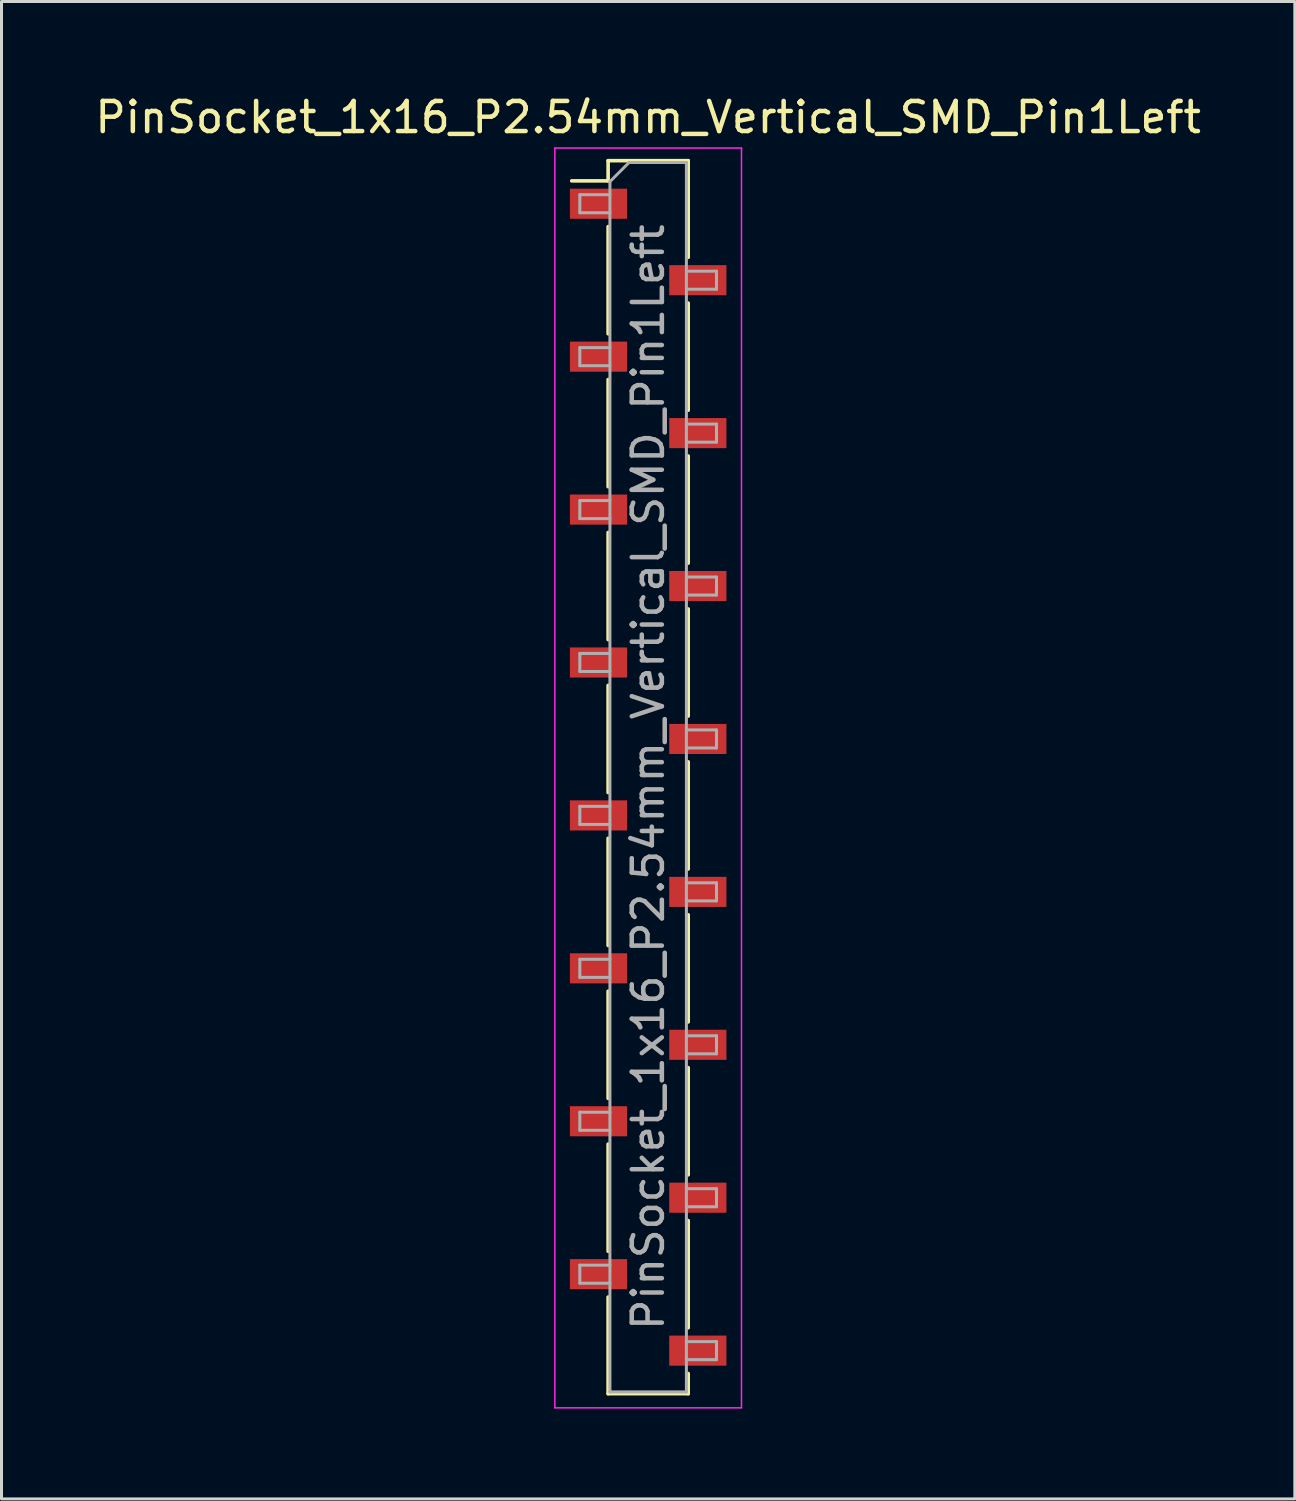
<source format=kicad_pcb>
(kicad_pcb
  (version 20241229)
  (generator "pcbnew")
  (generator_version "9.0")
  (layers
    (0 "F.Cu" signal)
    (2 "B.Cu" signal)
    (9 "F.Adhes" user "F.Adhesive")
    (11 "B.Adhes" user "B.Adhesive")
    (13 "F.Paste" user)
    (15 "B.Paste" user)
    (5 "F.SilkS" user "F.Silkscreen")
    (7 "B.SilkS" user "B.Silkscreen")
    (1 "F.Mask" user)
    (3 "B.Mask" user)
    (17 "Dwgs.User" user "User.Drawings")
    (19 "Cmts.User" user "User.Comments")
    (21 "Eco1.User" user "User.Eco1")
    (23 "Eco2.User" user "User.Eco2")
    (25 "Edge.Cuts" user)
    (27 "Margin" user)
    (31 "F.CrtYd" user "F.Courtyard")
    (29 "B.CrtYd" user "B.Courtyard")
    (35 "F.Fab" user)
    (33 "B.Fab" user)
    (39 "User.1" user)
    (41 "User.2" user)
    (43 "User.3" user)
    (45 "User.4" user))
  (footprint "PinSocket_1x16_P2.54mm_Vertical_SMD_Pin1Left"
    (layer "F.Cu")
    (at 18.482 22.768)
    (property "Reference" "PinSocket_1x16_P2.54mm_Vertical_SMD_Pin1Left" (at 0 -21.92 0) (layer "F.SilkS") (effects (font (size 1 1) (thickness 0.15))))
    (attr smd)
    (fp_line (start -2.54 -19.81) (end -1.33 -19.81) (stroke (width 0.12) (type solid)) (layer "F.SilkS"))
    (fp_line (start -1.33 -20.48) (end -1.33 -19.81) (stroke (width 0.12) (type solid)) (layer "F.SilkS"))
    (fp_line (start -1.33 -20.48) (end 1.33 -20.48) (stroke (width 0.12) (type solid)) (layer "F.SilkS"))
    (fp_line (start -1.33 -18.29) (end -1.33 -14.73) (stroke (width 0.12) (type solid)) (layer "F.SilkS"))
    (fp_line (start -1.33 -13.21) (end -1.33 -9.65) (stroke (width 0.12) (type solid)) (layer "F.SilkS"))
    (fp_line (start -1.33 -8.13) (end -1.33 -4.57) (stroke (width 0.12) (type solid)) (layer "F.SilkS"))
    (fp_line (start -1.33 -3.05) (end -1.33 0.51) (stroke (width 0.12) (type solid)) (layer "F.SilkS"))
    (fp_line (start -1.33 2.03) (end -1.33 5.59) (stroke (width 0.12) (type solid)) (layer "F.SilkS"))
    (fp_line (start -1.33 7.11) (end -1.33 10.67) (stroke (width 0.12) (type solid)) (layer "F.SilkS"))
    (fp_line (start -1.33 12.19) (end -1.33 15.75) (stroke (width 0.12) (type solid)) (layer "F.SilkS"))
    (fp_line (start -1.33 17.27) (end -1.33 20.48) (stroke (width 0.12) (type solid)) (layer "F.SilkS"))
    (fp_line (start -1.33 20.48) (end 1.33 20.48) (stroke (width 0.12) (type solid)) (layer "F.SilkS"))
    (fp_line (start 1.33 -20.48) (end 1.33 -17.27) (stroke (width 0.12) (type solid)) (layer "F.SilkS"))
    (fp_line (start 1.33 -15.75) (end 1.33 -12.19) (stroke (width 0.12) (type solid)) (layer "F.SilkS"))
    (fp_line (start 1.33 -10.67) (end 1.33 -7.11) (stroke (width 0.12) (type solid)) (layer "F.SilkS"))
    (fp_line (start 1.33 -5.59) (end 1.33 -2.03) (stroke (width 0.12) (type solid)) (layer "F.SilkS"))
    (fp_line (start 1.33 -0.51) (end 1.33 3.05) (stroke (width 0.12) (type solid)) (layer "F.SilkS"))
    (fp_line (start 1.33 4.57) (end 1.33 8.13) (stroke (width 0.12) (type solid)) (layer "F.SilkS"))
    (fp_line (start 1.33 9.65) (end 1.33 13.21) (stroke (width 0.12) (type solid)) (layer "F.SilkS"))
    (fp_line (start 1.33 14.73) (end 1.33 18.29) (stroke (width 0.12) (type solid)) (layer "F.SilkS"))
    (fp_line (start 1.33 19.81) (end 1.33 20.48) (stroke (width 0.12) (type solid)) (layer "F.SilkS"))
    (fp_line (start -3.1 -20.9) (end 3.1 -20.9) (stroke (width 0.05) (type solid)) (layer "F.CrtYd"))
    (fp_line (start -3.1 20.95) (end -3.1 -20.9) (stroke (width 0.05) (type solid)) (layer "F.CrtYd"))
    (fp_line (start 3.1 -20.9) (end 3.1 20.95) (stroke (width 0.05) (type solid)) (layer "F.CrtYd"))
    (fp_line (start 3.1 20.95) (end -3.1 20.95) (stroke (width 0.05) (type solid)) (layer "F.CrtYd"))
    (fp_line (start -2.27 -19.35) (end -1.27 -19.35) (stroke (width 0.1) (type solid)) (layer "F.Fab"))
    (fp_line (start -2.27 -18.75) (end -2.27 -19.35) (stroke (width 0.1) (type solid)) (layer "F.Fab"))
    (fp_line (start -2.27 -14.27) (end -1.27 -14.27) (stroke (width 0.1) (type solid)) (layer "F.Fab"))
    (fp_line (start -2.27 -13.67) (end -2.27 -14.27) (stroke (width 0.1) (type solid)) (layer "F.Fab"))
    (fp_line (start -2.27 -9.19) (end -1.27 -9.19) (stroke (width 0.1) (type solid)) (layer "F.Fab"))
    (fp_line (start -2.27 -8.59) (end -2.27 -9.19) (stroke (width 0.1) (type solid)) (layer "F.Fab"))
    (fp_line (start -2.27 -4.11) (end -1.27 -4.11) (stroke (width 0.1) (type solid)) (layer "F.Fab"))
    (fp_line (start -2.27 -3.51) (end -2.27 -4.11) (stroke (width 0.1) (type solid)) (layer "F.Fab"))
    (fp_line (start -2.27 0.97) (end -1.27 0.97) (stroke (width 0.1) (type solid)) (layer "F.Fab"))
    (fp_line (start -2.27 1.57) (end -2.27 0.97) (stroke (width 0.1) (type solid)) (layer "F.Fab"))
    (fp_line (start -2.27 6.05) (end -1.27 6.05) (stroke (width 0.1) (type solid)) (layer "F.Fab"))
    (fp_line (start -2.27 6.65) (end -2.27 6.05) (stroke (width 0.1) (type solid)) (layer "F.Fab"))
    (fp_line (start -2.27 11.13) (end -1.27 11.13) (stroke (width 0.1) (type solid)) (layer "F.Fab"))
    (fp_line (start -2.27 11.73) (end -2.27 11.13) (stroke (width 0.1) (type solid)) (layer "F.Fab"))
    (fp_line (start -2.27 16.21) (end -1.27 16.21) (stroke (width 0.1) (type solid)) (layer "F.Fab"))
    (fp_line (start -2.27 16.81) (end -2.27 16.21) (stroke (width 0.1) (type solid)) (layer "F.Fab"))
    (fp_line (start -1.27 -19.785) (end -0.635 -20.42) (stroke (width 0.1) (type solid)) (layer "F.Fab"))
    (fp_line (start -1.27 -18.75) (end -2.27 -18.75) (stroke (width 0.1) (type solid)) (layer "F.Fab"))
    (fp_line (start -1.27 -13.67) (end -2.27 -13.67) (stroke (width 0.1) (type solid)) (layer "F.Fab"))
    (fp_line (start -1.27 -8.59) (end -2.27 -8.59) (stroke (width 0.1) (type solid)) (layer "F.Fab"))
    (fp_line (start -1.27 -3.51) (end -2.27 -3.51) (stroke (width 0.1) (type solid)) (layer "F.Fab"))
    (fp_line (start -1.27 1.57) (end -2.27 1.57) (stroke (width 0.1) (type solid)) (layer "F.Fab"))
    (fp_line (start -1.27 6.65) (end -2.27 6.65) (stroke (width 0.1) (type solid)) (layer "F.Fab"))
    (fp_line (start -1.27 11.73) (end -2.27 11.73) (stroke (width 0.1) (type solid)) (layer "F.Fab"))
    (fp_line (start -1.27 16.81) (end -2.27 16.81) (stroke (width 0.1) (type solid)) (layer "F.Fab"))
    (fp_line (start -1.27 20.42) (end -1.27 -19.785) (stroke (width 0.1) (type solid)) (layer "F.Fab"))
    (fp_line (start -0.635 -20.42) (end 1.27 -20.42) (stroke (width 0.1) (type solid)) (layer "F.Fab"))
    (fp_line (start 1.27 -20.42) (end 1.27 20.42) (stroke (width 0.1) (type solid)) (layer "F.Fab"))
    (fp_line (start 1.27 -16.81) (end 2.27 -16.81) (stroke (width 0.1) (type solid)) (layer "F.Fab"))
    (fp_line (start 1.27 -11.73) (end 2.27 -11.73) (stroke (width 0.1) (type solid)) (layer "F.Fab"))
    (fp_line (start 1.27 -6.65) (end 2.27 -6.65) (stroke (width 0.1) (type solid)) (layer "F.Fab"))
    (fp_line (start 1.27 -1.57) (end 2.27 -1.57) (stroke (width 0.1) (type solid)) (layer "F.Fab"))
    (fp_line (start 1.27 3.51) (end 2.27 3.51) (stroke (width 0.1) (type solid)) (layer "F.Fab"))
    (fp_line (start 1.27 8.59) (end 2.27 8.59) (stroke (width 0.1) (type solid)) (layer "F.Fab"))
    (fp_line (start 1.27 13.67) (end 2.27 13.67) (stroke (width 0.1) (type solid)) (layer "F.Fab"))
    (fp_line (start 1.27 18.75) (end 2.27 18.75) (stroke (width 0.1) (type solid)) (layer "F.Fab"))
    (fp_line (start 1.27 20.42) (end -1.27 20.42) (stroke (width 0.1) (type solid)) (layer "F.Fab"))
    (fp_line (start 2.27 -16.81) (end 2.27 -16.21) (stroke (width 0.1) (type solid)) (layer "F.Fab"))
    (fp_line (start 2.27 -16.21) (end 1.27 -16.21) (stroke (width 0.1) (type solid)) (layer "F.Fab"))
    (fp_line (start 2.27 -11.73) (end 2.27 -11.13) (stroke (width 0.1) (type solid)) (layer "F.Fab"))
    (fp_line (start 2.27 -11.13) (end 1.27 -11.13) (stroke (width 0.1) (type solid)) (layer "F.Fab"))
    (fp_line (start 2.27 -6.65) (end 2.27 -6.05) (stroke (width 0.1) (type solid)) (layer "F.Fab"))
    (fp_line (start 2.27 -6.05) (end 1.27 -6.05) (stroke (width 0.1) (type solid)) (layer "F.Fab"))
    (fp_line (start 2.27 -1.57) (end 2.27 -0.97) (stroke (width 0.1) (type solid)) (layer "F.Fab"))
    (fp_line (start 2.27 -0.97) (end 1.27 -0.97) (stroke (width 0.1) (type solid)) (layer "F.Fab"))
    (fp_line (start 2.27 3.51) (end 2.27 4.11) (stroke (width 0.1) (type solid)) (layer "F.Fab"))
    (fp_line (start 2.27 4.11) (end 1.27 4.11) (stroke (width 0.1) (type solid)) (layer "F.Fab"))
    (fp_line (start 2.27 8.59) (end 2.27 9.19) (stroke (width 0.1) (type solid)) (layer "F.Fab"))
    (fp_line (start 2.27 9.19) (end 1.27 9.19) (stroke (width 0.1) (type solid)) (layer "F.Fab"))
    (fp_line (start 2.27 13.67) (end 2.27 14.27) (stroke (width 0.1) (type solid)) (layer "F.Fab"))
    (fp_line (start 2.27 14.27) (end 1.27 14.27) (stroke (width 0.1) (type solid)) (layer "F.Fab"))
    (fp_line (start 2.27 18.75) (end 2.27 19.35) (stroke (width 0.1) (type solid)) (layer "F.Fab"))
    (fp_line (start 2.27 19.35) (end 1.27 19.35) (stroke (width 0.1) (type solid)) (layer "F.Fab"))
    (fp_text user "${REFERENCE}" (at 0 0 90) (layer "F.Fab") (effects (font (size 1 1) (thickness 0.15))))
    (pad "1" smd rect (at -1.65 -19.05) (size 1.9 1) (layers "F.Cu" "F.Mask" "F.Paste"))
    (pad "2" smd rect (at 1.65 -16.51) (size 1.9 1) (layers "F.Cu" "F.Mask" "F.Paste"))
    (pad "3" smd rect (at -1.65 -13.97) (size 1.9 1) (layers "F.Cu" "F.Mask" "F.Paste"))
    (pad "4" smd rect (at 1.65 -11.43) (size 1.9 1) (layers "F.Cu" "F.Mask" "F.Paste"))
    (pad "5" smd rect (at -1.65 -8.89) (size 1.9 1) (layers "F.Cu" "F.Mask" "F.Paste"))
    (pad "6" smd rect (at 1.65 -6.35) (size 1.9 1) (layers "F.Cu" "F.Mask" "F.Paste"))
    (pad "7" smd rect (at -1.65 -3.81) (size 1.9 1) (layers "F.Cu" "F.Mask" "F.Paste"))
    (pad "8" smd rect (at 1.65 -1.27) (size 1.9 1) (layers "F.Cu" "F.Mask" "F.Paste"))
    (pad "9" smd rect (at -1.65 1.27) (size 1.9 1) (layers "F.Cu" "F.Mask" "F.Paste"))
    (pad "10" smd rect (at 1.65 3.81) (size 1.9 1) (layers "F.Cu" "F.Mask" "F.Paste"))
    (pad "11" smd rect (at -1.65 6.35) (size 1.9 1) (layers "F.Cu" "F.Mask" "F.Paste"))
    (pad "12" smd rect (at 1.65 8.89) (size 1.9 1) (layers "F.Cu" "F.Mask" "F.Paste"))
    (pad "13" smd rect (at -1.65 11.43) (size 1.9 1) (layers "F.Cu" "F.Mask" "F.Paste"))
    (pad "14" smd rect (at 1.65 13.97) (size 1.9 1) (layers "F.Cu" "F.Mask" "F.Paste"))
    (pad "15" smd rect (at -1.65 16.51) (size 1.9 1) (layers "F.Cu" "F.Mask" "F.Paste"))
    (pad "16" smd rect (at 1.65 19.05) (size 1.9 1) (layers "F.Cu" "F.Mask" "F.Paste")))
  (gr_rect
    (start -3 -3)
    (end 39.964 46.743)
    (stroke (width 0.1) (type default))
    (fill no)
    (layer "Edge.Cuts")))
</source>
